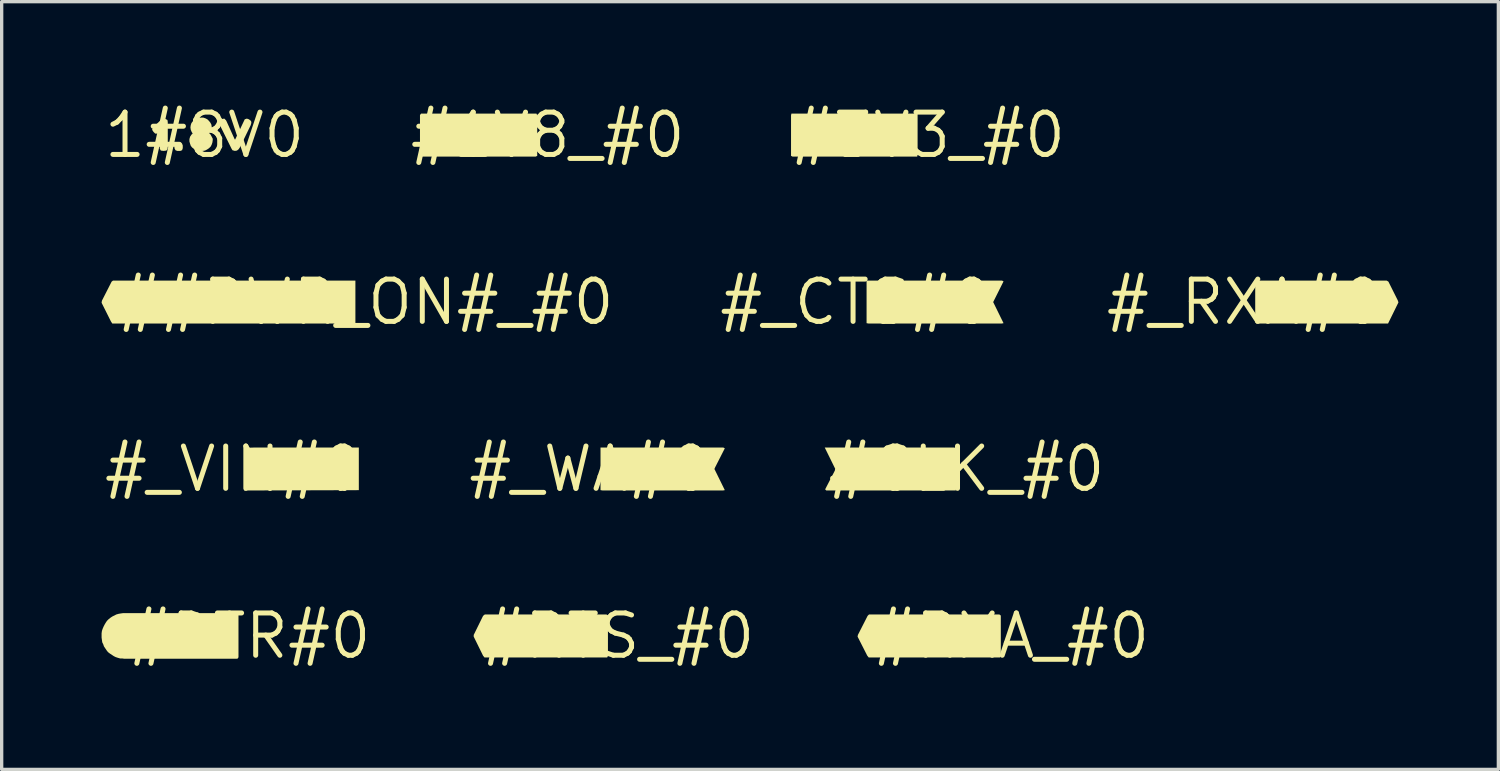
<source format=kicad_pcb>
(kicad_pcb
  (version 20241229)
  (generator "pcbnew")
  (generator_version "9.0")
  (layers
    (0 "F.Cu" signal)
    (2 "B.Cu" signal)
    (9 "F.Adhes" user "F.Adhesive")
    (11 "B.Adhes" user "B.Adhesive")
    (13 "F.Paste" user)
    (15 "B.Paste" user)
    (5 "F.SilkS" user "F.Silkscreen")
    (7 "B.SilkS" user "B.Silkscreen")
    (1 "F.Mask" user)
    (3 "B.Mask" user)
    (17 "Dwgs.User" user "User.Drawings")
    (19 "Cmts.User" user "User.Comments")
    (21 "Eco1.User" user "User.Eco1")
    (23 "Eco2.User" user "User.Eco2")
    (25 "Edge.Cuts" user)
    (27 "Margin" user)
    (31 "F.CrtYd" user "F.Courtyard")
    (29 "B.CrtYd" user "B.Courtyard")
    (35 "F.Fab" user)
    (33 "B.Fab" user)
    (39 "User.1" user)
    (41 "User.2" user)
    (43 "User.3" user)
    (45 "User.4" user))
  (footprint "#RXA_#0"
    (layer "F.Cu")
    (at 27.312 16.043)
    (property "Reference" "#RXA_#0" (at 0 0 0) (layer "F.SilkS") (effects (font (size 1.27 1.27) (thickness 0.15))))
    (fp_poly (pts (xy -1.556 -0.094) (xy -1.505 0.03) (xy -1.516 0.065) (xy -1.646 0.065) (xy -1.635 0.008) (xy -1.582 -0.107)) (stroke (width 0) (type default)) (fill yes) (layer "F.SilkS"))
    (fp_poly (pts (xy -3.518 -0.235) (xy -3.466 -0.203) (xy -3.445 -0.13) (xy -3.466 -0.067) (xy -3.518 -0.025) (xy -3.715 -0.025) (xy -3.715 -0.245) (xy -3.58 -0.245)) (stroke (width 0) (type default)) (fill yes) (layer "F.SilkS"))
    (fp_poly (pts (xy -0.358 -0.645) (xy -0.315 -0.613) (xy -0.315 0.601) (xy -0.337 0.645) (xy -4.282 0.645) (xy -4.324 0.593) (xy -4.615 0.021) (xy -4.605 -0.032) (xy -4.314 -0.603) (xy -4.272 -0.645)) (stroke (width 0) (type default)) (fill yes) (layer "F.SilkS")))
  (footprint "#_VIN#0"
    (layer "F.Cu")
    (at 3.968 11.031)
    (property "Reference" "#_VIN#0" (at 0 0 0) (layer "F.SilkS") (effects (font (size 1.27 1.27) (thickness 0.15))))
    (fp_poly (pts (xy 0.632 -0.645) (xy 3.755 -0.645) (xy 3.755 0.635) (xy 0.315 0.645) (xy 0.315 -0.635) (xy 0.624 -0.645) (xy 0.624 -0.645) (xy 0.63 -0.645) (xy 0.631 -0.645)) (stroke (width 0) (type default)) (fill yes) (layer "F.SilkS")))
  (footprint "#DTR#0"
    (layer "F.Cu")
    (at 4.445 16.043)
    (property "Reference" "#DTR#0" (at 0 0 0) (layer "F.SilkS") (effects (font (size 1.27 1.27) (thickness 0.15))))
    (fp_poly (pts (xy -1.148 -0.255) (xy -1.086 -0.224) (xy -1.055 -0.161) (xy -1.065 -0.088) (xy -1.118 -0.035) (xy -1.18 -0.025) (xy -1.321 -0.025) (xy -1.345 -0.037) (xy -1.345 -0.254) (xy -1.28 -0.265) (xy -1.22 -0.265)) (stroke (width 0) (type default)) (fill yes) (layer "F.SilkS"))
    (fp_poly (pts (xy -3.278 -0.245) (xy -3.217 -0.214) (xy -3.166 -0.163) (xy -3.135 -0.102) (xy -3.115 -0.041) (xy -3.115 0.031) (xy -3.135 0.102) (xy -3.166 0.153) (xy -3.217 0.204) (xy -3.299 0.245) (xy -3.431 0.245) (xy -3.485 0.223) (xy -3.485 -0.255) (xy -3.35 -0.255)) (stroke (width 0) (type default)) (fill yes) (layer "F.SilkS"))
    (fp_poly (pts (xy -0.378 -0.685) (xy -0.335 -0.652) (xy -0.335 0.642) (xy -0.367 0.685) (xy -3.76 0.685) (xy -3.83 0.675) (xy -3.891 0.675) (xy -3.961 0.655) (xy -4.022 0.635) (xy -4.083 0.604) (xy -4.143 0.564) (xy -4.203 0.524) (xy -4.254 0.484) (xy -4.294 0.433) (xy -4.375 0.312) (xy -4.395 0.252) (xy -4.425 0.192) (xy -4.435 0.121) (xy -4.445 0.05) (xy -4.445 -0.08) (xy -4.435 -0.151) (xy -4.415 -0.212) (xy -4.385 -0.282) (xy -4.354 -0.342) (xy -4.324 -0.393) (xy -4.284 -0.453) (xy -4.233 -0.504) (xy -4.183 -0.544) (xy -4.123 -0.584) (xy -4.002 -0.645) (xy -3.931 -0.665) (xy -3.871 -0.675) (xy -3.8 -0.685)) (stroke (width 0) (type default)) (fill yes) (layer "F.SilkS")))
  (footprint "#3V3_#0"
    (layer "F.Cu")
    (at 24.814 1.006)
    (property "Reference" "#3V3_#0" (at 0 0 0) (layer "F.SilkS") (effects (font (size 1.27 1.27) (thickness 0.15))))
    (fp_poly (pts (xy -0.37 -0.645) (xy -0.315 -0.634) (xy -0.315 0.58) (xy -0.326 0.645) (xy -4.071 0.645) (xy -4.115 0.623) (xy -4.115 -0.59) (xy -4.104 -0.645)) (stroke (width 0) (type default)) (fill yes) (layer "F.SilkS")))
  (footprint "#_CTS#0"
    (layer "F.Cu")
    (at 22.652 6.019)
    (property "Reference" "#_CTS#0" (at 0 0 0) (layer "F.SilkS") (effects (font (size 1.27 1.27) (thickness 0.15))))
    (fp_poly (pts (xy 4.381 -0.645) (xy 4.427 -0.622) (xy 4.116 0.000017) (xy 4.427 0.634) (xy 4.37 0.645) (xy 0.38 0.645) (xy 0.315 0.634) (xy 0.315 -0.645)) (stroke (width 0) (type default)) (fill yes) (layer "F.SilkS")))
  (footprint "#CLK_#0"
    (layer "F.Cu")
    (at 25.969 11.031)
    (property "Reference" "#CLK_#0" (at 0 0 0) (layer "F.SilkS") (effects (font (size 1.27 1.27) (thickness 0.15))))
    (fp_poly (pts (xy -0.369 -0.645) (xy -0.315 -0.623) (xy -0.315 0.58) (xy -0.326 0.645) (xy -4.212 0.645) (xy -4.246 0.611) (xy -3.955 0.048) (xy -3.945 -0.009) (xy -4.258 -0.645)) (stroke (width 0) (type default)) (fill yes) (layer "F.SilkS")))
  (footprint "#_WA#0"
    (layer "F.Cu")
    (at 14.664 11.031)
    (property "Reference" "#_WA#0" (at 0 0 0) (layer "F.SilkS") (effects (font (size 1.27 1.27) (thickness 0.15))))
    (fp_poly (pts (xy 2.866 0.041) (xy 2.842 0.065) (xy 2.702 0.065) (xy 2.756 -0.053) (xy 2.802 -0.088)) (stroke (width 0) (type default)) (fill yes) (layer "F.SilkS"))
    (fp_poly (pts (xy 4.001 -0.645) (xy 4.047 -0.622) (xy 3.755 -0.048) (xy 3.735 -0.00021) (xy 4.047 0.634) (xy 3.99 0.645) (xy 0.38 0.645) (xy 0.315 0.634) (xy 0.315 -0.645)) (stroke (width 0) (type default)) (fill yes) (layer "F.SilkS")))
  (footprint "#RTS_#0"
    (layer "F.Cu")
    (at 15.517 16.043)
    (property "Reference" "#RTS_#0" (at 0 0 0) (layer "F.SilkS") (effects (font (size 1.27 1.27) (thickness 0.15))))
    (fp_poly (pts (xy -3.216 -0.203) (xy -3.185 -0.14) (xy -3.206 -0.077) (xy -3.248 -0.035) (xy -3.31 -0.025) (xy -3.443 -0.025) (xy -3.455 -0.049) (xy -3.455 -0.245) (xy -3.268 -0.245)) (stroke (width 0) (type default)) (fill yes) (layer "F.SilkS"))
    (fp_poly (pts (xy -0.358 -0.645) (xy -0.315 -0.613) (xy -0.315 0.601) (xy -0.337 0.645) (xy -4.022 0.645) (xy -4.064 0.593) (xy -4.345 0.021) (xy -4.345 -0.031) (xy -4.064 -0.603) (xy -4.012 -0.645)) (stroke (width 0) (type default)) (fill yes) (layer "F.SilkS")))
  (footprint "#1V8_#0"
    (layer "F.Cu")
    (at 13.394 1.006)
    (property "Reference" "#1V8_#0" (at 0 0 0) (layer "F.SilkS") (effects (font (size 1.27 1.27) (thickness 0.15))))
    (fp_poly (pts (xy -1.367 -0.254) (xy -1.344 -0.231) (xy -1.366 -0.166) (xy -1.43 -0.145) (xy -1.493 -0.155) (xy -1.526 -0.221) (xy -1.483 -0.275) (xy -1.419 -0.285)) (stroke (width 0) (type default)) (fill yes) (layer "F.SilkS"))
    (fp_poly (pts (xy -0.337 -0.645) (xy -0.315 -0.591) (xy -0.315 0.623) (xy -0.359 0.645) (xy -3.792 0.645) (xy -3.835 0.613) (xy -3.835 -0.602) (xy -3.803 -0.645)) (stroke (width 0) (type default)) (fill yes) (layer "F.SilkS"))
    (fp_poly (pts (xy -1.378 0.055) (xy -1.325 0.108) (xy -1.325 0.172) (xy -1.367 0.225) (xy -1.43 0.235) (xy -1.492 0.235) (xy -1.545 0.182) (xy -1.545 0.118) (xy -1.503 0.066) (xy -1.44 0.045)) (stroke (width 0) (type default)) (fill yes) (layer "F.SilkS")))
  (footprint "#_RXA#0"
    (layer "F.Cu")
    (at 34.32 6.019)
    (property "Reference" "#_RXA#0" (at 0 0 0) (layer "F.SilkS") (effects (font (size 1.27 1.27) (thickness 0.15))))
    (fp_poly (pts (xy 3.374 -0.093) (xy 3.425 0.029) (xy 3.425 0.065) (xy 3.283 0.065) (xy 3.305 0.008) (xy 3.358 -0.109)) (stroke (width 0) (type default)) (fill yes) (layer "F.SilkS"))
    (fp_poly (pts (xy 1.412 -0.235) (xy 1.464 -0.203) (xy 1.485 -0.13) (xy 1.464 -0.067) (xy 1.412 -0.025) (xy 1.227 -0.025) (xy 1.215 -0.049) (xy 1.215 -0.245) (xy 1.35 -0.245)) (stroke (width 0) (type default)) (fill yes) (layer "F.SilkS"))
    (fp_poly (pts (xy 4.261 -0.645) (xy 4.314 -0.614) (xy 4.595 -0.052) (xy 4.615 0.01) (xy 4.334 0.582) (xy 4.303 0.645) (xy 0.348 0.645) (xy 0.315 0.612) (xy 0.315 -0.602) (xy 0.347 -0.645)) (stroke (width 0) (type default)) (fill yes) (layer "F.SilkS")))
  (footprint "##PWR_ON#_#0"
    (layer "F.Cu")
    (at 7.935 6.019)
    (property "Reference" "##PWR_ON#_#0" (at 0 0 0) (layer "F.SilkS") (effects (font (size 1.27 1.27) (thickness 0.15))))
    (fp_poly (pts (xy -4.536 -0.073) (xy -4.515 -0.021) (xy -4.525 0.053) (xy -4.578 0.095) (xy -4.64 0.105) (xy -4.773 0.105) (xy -4.785 0.081) (xy -4.785 -0.115) (xy -4.598 -0.115)) (stroke (width 0) (type default)) (fill yes) (layer "F.SilkS"))
    (fp_poly (pts (xy -0.315 -0.645) (xy -0.315 0.634) (xy -0.38 0.645) (xy -7.613 0.645) (xy -7.654 0.583) (xy -7.935 0.021) (xy -7.925 -0.042) (xy -7.634 -0.613) (xy -7.592 -0.645)) (stroke (width 0) (type default)) (fill yes) (layer "F.SilkS"))
    (fp_poly (pts (xy -6.838 -0.105) (xy -6.785 -0.063) (xy -6.775 0) (xy -6.785 0.063) (xy -6.838 0.105) (xy -6.879 0.115) (xy -7.002 0.115) (xy -7.045 0.083) (xy -7.045 -0.05) (xy -7.034 -0.115) (xy -6.9 -0.115)) (stroke (width 0) (type default)) (fill yes) (layer "F.SilkS"))
    (fp_poly (pts (xy -2.448 -0.115) (xy -2.387 -0.084) (xy -2.346 -0.043) (xy -2.315 0.018) (xy -2.295 0.079) (xy -2.295 0.15) (xy -2.305 0.212) (xy -2.336 0.263) (xy -2.387 0.314) (xy -2.438 0.345) (xy -2.5 0.355) (xy -2.561 0.355) (xy -2.622 0.335) (xy -2.683 0.294) (xy -2.724 0.253) (xy -2.755 0.171) (xy -2.755 0.11) (xy -2.745 0.039) (xy -2.724 -0.013) (xy -2.684 -0.064) (xy -2.632 -0.104) (xy -2.571 -0.125) (xy -2.51 -0.135)) (stroke (width 0) (type default)) (fill yes) (layer "F.SilkS")))
  (footprint "1#8V0"
    (layer "F.Cu")
    (at 3.092 1.006)
    (property "Reference" "1#8V0" (at 0 0 0) (layer "F.SilkS") (effects (font (size 1.27 1.27) (thickness 0.15))))
    (fp_poly (pts (xy -0.676 0.257) (xy -0.655 0.309) (xy -0.655 0.391) (xy -0.676 0.454) (xy -0.729 0.475) (xy -0.821 0.475) (xy -0.874 0.454) (xy -0.905 0.391) (xy -0.905 0.319) (xy -0.884 0.256) (xy -0.821 0.225) (xy -0.729 0.225)) (stroke (width 0) (type default)) (fill yes) (layer "F.SilkS"))
    (fp_poly (pts (xy -1.115 -0.453) (xy -1.105 -0.39) (xy -1.105 0.36) (xy -1.115 0.422) (xy -1.147 0.465) (xy -1.23 0.475) (xy -1.313 0.465) (xy -1.345 0.411) (xy -1.345 -0.058) (xy -1.361 -0.083) (xy -1.418 -0.045) (xy -1.482 -0.045) (xy -1.534 -0.097) (xy -1.576 -0.159) (xy -1.554 -0.213) (xy -1.504 -0.273) (xy -1.353 -0.414) (xy -1.303 -0.454) (xy -1.251 -0.485) (xy -1.179 -0.485)) (stroke (width 0) (type default)) (fill yes) (layer "F.SilkS"))
    (fp_poly (pts (xy 0.644 -0.443) (xy 0.665 -0.402) (xy 0.904 0.126) (xy 0.918 0.133) (xy 1.206 -0.474) (xy 1.27 -0.495) (xy 1.332 -0.474) (xy 1.395 -0.423) (xy 1.405 -0.37) (xy 1.385 -0.298) (xy 1.064 0.362) (xy 1.024 0.423) (xy 0.972 0.465) (xy 0.91 0.475) (xy 0.837 0.454) (xy 0.806 0.402) (xy 0.445 -0.328) (xy 0.425 -0.391) (xy 0.456 -0.444) (xy 0.528 -0.485) (xy 0.592 -0.495)) (stroke (width 0) (type default)) (fill yes) (layer "F.SilkS"))
    (fp_poly (pts (xy 0.022 -0.505) (xy 0.083 -0.474) (xy 0.134 -0.423) (xy 0.174 -0.373) (xy 0.205 -0.312) (xy 0.215 -0.24) (xy 0.215 -0.168) (xy 0.174 -0.107) (xy 0.137 -0.06) (xy 0.174 -0.023) (xy 0.214 0.048) (xy 0.245 0.109) (xy 0.245 0.15) (xy 0.235 0.221) (xy 0.215 0.282) (xy 0.184 0.343) (xy 0.133 0.394) (xy 0.073 0.434) (xy 0.012 0.465) (xy -0.05 0.475) (xy -0.191 0.475) (xy -0.313 0.414) (xy -0.373 0.374) (xy -0.414 0.322) (xy -0.435 0.261) (xy -0.455 0.191) (xy -0.455 0.119) (xy -0.435 0.048) (xy -0.394 -0.013) (xy -0.357 -0.05) (xy -0.384 -0.087) (xy -0.415 -0.159) (xy -0.425 -0.23) (xy -0.415 -0.301) (xy -0.394 -0.362) (xy -0.354 -0.413) (xy -0.303 -0.464) (xy -0.242 -0.495) (xy -0.181 -0.515) (xy -0.11 -0.525) (xy -0.039 -0.525)) (stroke (width 0) (type default)) (fill yes) (layer "F.SilkS")))
  (gr_rect
    (start -3 -3)
    (end 41.935 20.05)
    (stroke (width 0.1) (type default))
    (fill no)
    (layer "Edge.Cuts")))
</source>
